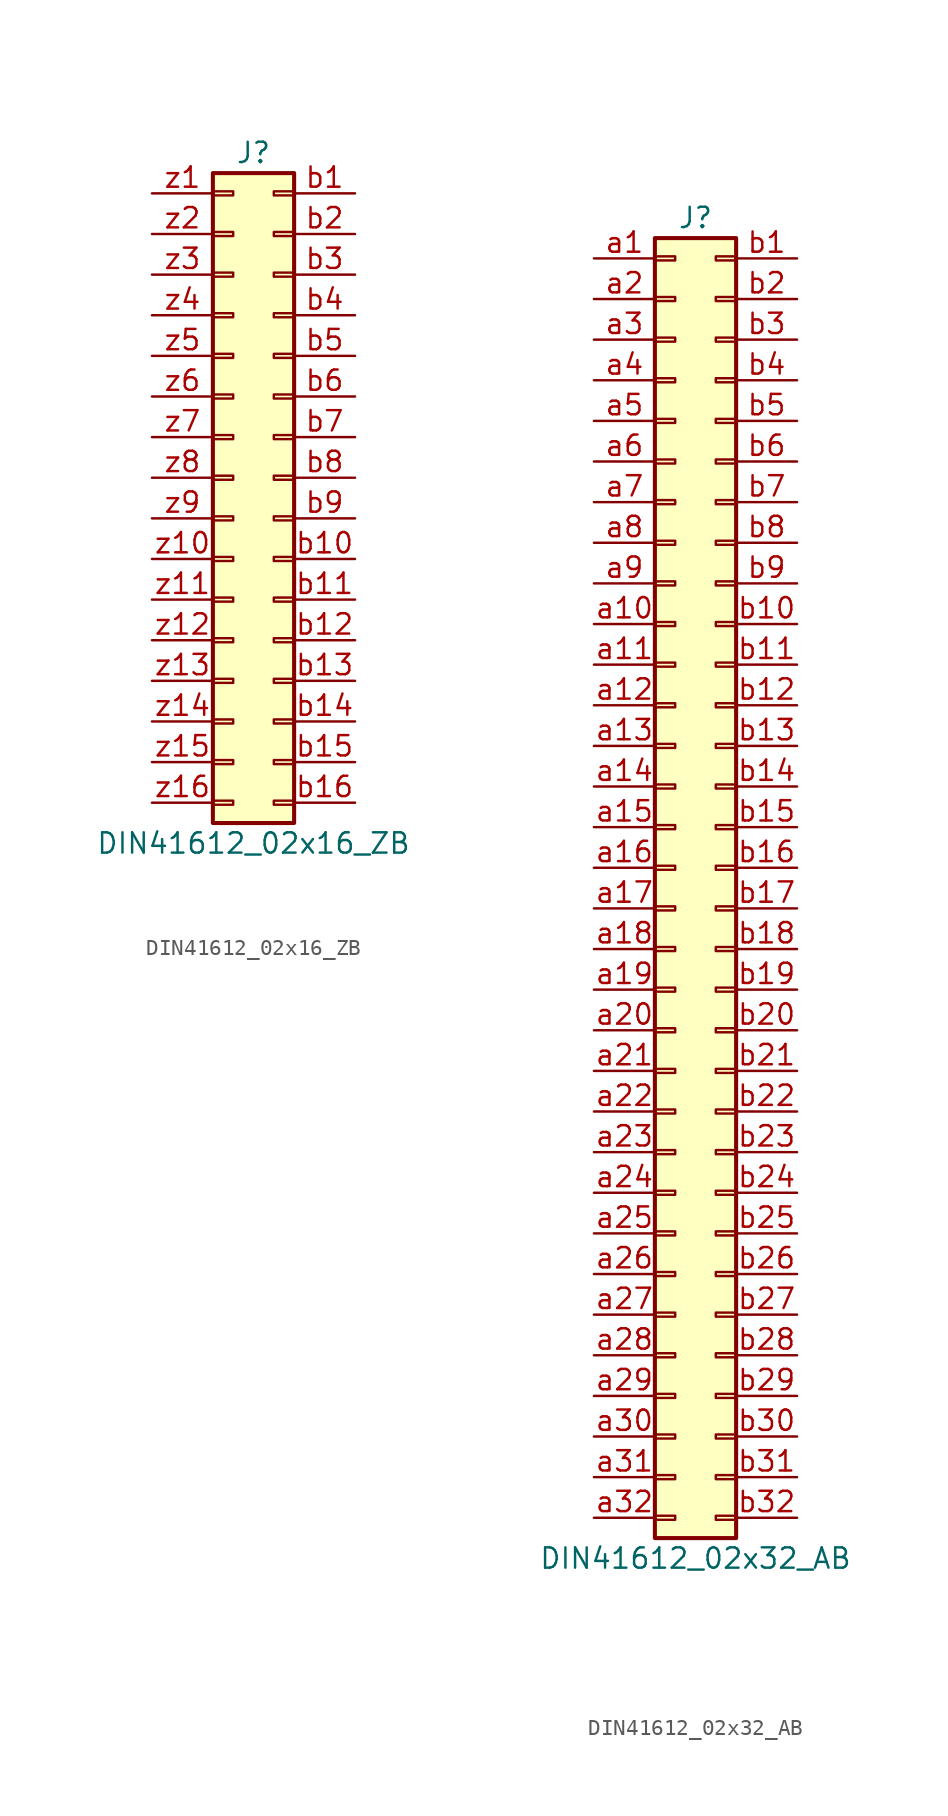
<source format=kicad_sym>
(kicad_symbol_lib
  (version 20201005)
  (generator kicad_symbol_editor)
  (symbol "Connector:DIN41612_02x16_ZB"
    (pin_names
      (offset 1.016) hide)
    (property "Reference" "J"
      (at 1.27 20.32 0)
      (effects (font (size 1.27 1.27))))
    (property "Value" "DIN41612_02x16_ZB"
      (at 1.27 -22.86 0)
      (effects (font (size 1.27 1.27))))
    (symbol "DIN41612_02x16_ZB_1_1"
      (rectangle (start -1.27 -20.193) (end 0 -20.447) (stroke (width 0.152)) (fill (type none)))
      (rectangle (start -1.27 -17.653) (end 0 -17.907) (stroke (width 0.152)) (fill (type none)))
      (rectangle (start -1.27 -15.113) (end 0 -15.367) (stroke (width 0.152)) (fill (type none)))
      (rectangle (start -1.27 -12.573) (end 0 -12.827) (stroke (width 0.152)) (fill (type none)))
      (rectangle (start -1.27 -10.033) (end 0 -10.287) (stroke (width 0.152)) (fill (type none)))
      (rectangle (start -1.27 -7.493) (end 0 -7.747) (stroke (width 0.152)) (fill (type none)))
      (rectangle (start -1.27 -4.953) (end 0 -5.207) (stroke (width 0.152)) (fill (type none)))
      (rectangle (start -1.27 -2.413) (end 0 -2.667) (stroke (width 0.152)) (fill (type none)))
      (rectangle (start -1.27 0.127) (end 0 -0.127) (stroke (width 0.152)) (fill (type none)))
      (rectangle (start -1.27 2.667) (end 0 2.413) (stroke (width 0.152)) (fill (type none)))
      (rectangle (start -1.27 5.207) (end 0 4.953) (stroke (width 0.152)) (fill (type none)))
      (rectangle (start -1.27 7.747) (end 0 7.493) (stroke (width 0.152)) (fill (type none)))
      (rectangle (start -1.27 10.287) (end 0 10.033) (stroke (width 0.152)) (fill (type none)))
      (rectangle (start -1.27 12.827) (end 0 12.573) (stroke (width 0.152)) (fill (type none)))
      (rectangle (start -1.27 15.367) (end 0 15.113) (stroke (width 0.152)) (fill (type none)))
      (rectangle (start -1.27 17.907) (end 0 17.653) (stroke (width 0.152)) (fill (type none)))
      (rectangle (start -1.27 19.05) (end 3.81 -21.59) (stroke (width 0.254)) (fill (type background)))
      (rectangle (start 3.81 -20.193) (end 2.54 -20.447) (stroke (width 0.152)) (fill (type none)))
      (rectangle (start 3.81 -17.653) (end 2.54 -17.907) (stroke (width 0.152)) (fill (type none)))
      (rectangle (start 3.81 -15.113) (end 2.54 -15.367) (stroke (width 0.152)) (fill (type none)))
      (rectangle (start 3.81 -12.573) (end 2.54 -12.827) (stroke (width 0.152)) (fill (type none)))
      (rectangle (start 3.81 -10.033) (end 2.54 -10.287) (stroke (width 0.152)) (fill (type none)))
      (rectangle (start 3.81 -7.493) (end 2.54 -7.747) (stroke (width 0.152)) (fill (type none)))
      (rectangle (start 3.81 -4.953) (end 2.54 -5.207) (stroke (width 0.152)) (fill (type none)))
      (rectangle (start 3.81 -2.413) (end 2.54 -2.667) (stroke (width 0.152)) (fill (type none)))
      (rectangle (start 3.81 0.127) (end 2.54 -0.127) (stroke (width 0.152)) (fill (type none)))
      (rectangle (start 3.81 2.667) (end 2.54 2.413) (stroke (width 0.152)) (fill (type none)))
      (rectangle (start 3.81 5.207) (end 2.54 4.953) (stroke (width 0.152)) (fill (type none)))
      (rectangle (start 3.81 7.747) (end 2.54 7.493) (stroke (width 0.152)) (fill (type none)))
      (rectangle (start 3.81 10.287) (end 2.54 10.033) (stroke (width 0.152)) (fill (type none)))
      (rectangle (start 3.81 12.827) (end 2.54 12.573) (stroke (width 0.152)) (fill (type none)))
      (rectangle (start 3.81 15.367) (end 2.54 15.113) (stroke (width 0.152)) (fill (type none)))
      (rectangle (start 3.81 17.907) (end 2.54 17.653) (stroke (width 0.152)) (fill (type none)))
      (pin passive line (at 7.62 17.78 180) (length 3.81) (name "Pin_b1" (effects (font (size 1.27 1.27)))) (number "b1" (effects (font (size 1.27 1.27)))))
      (pin passive line (at 7.62 -5.08 180) (length 3.81) (name "Pin_b10" (effects (font (size 1.27 1.27)))) (number "b10" (effects (font (size 1.27 1.27)))))
      (pin passive line (at 7.62 -7.62 180) (length 3.81) (name "Pin_b11" (effects (font (size 1.27 1.27)))) (number "b11" (effects (font (size 1.27 1.27)))))
      (pin passive line (at 7.62 -10.16 180) (length 3.81) (name "Pin_b12" (effects (font (size 1.27 1.27)))) (number "b12" (effects (font (size 1.27 1.27)))))
      (pin passive line (at 7.62 -12.7 180) (length 3.81) (name "Pin_b13" (effects (font (size 1.27 1.27)))) (number "b13" (effects (font (size 1.27 1.27)))))
      (pin passive line (at 7.62 -15.24 180) (length 3.81) (name "Pin_b14" (effects (font (size 1.27 1.27)))) (number "b14" (effects (font (size 1.27 1.27)))))
      (pin passive line (at 7.62 -17.78 180) (length 3.81) (name "Pin_b15" (effects (font (size 1.27 1.27)))) (number "b15" (effects (font (size 1.27 1.27)))))
      (pin passive line (at 7.62 -20.32 180) (length 3.81) (name "Pin_b16" (effects (font (size 1.27 1.27)))) (number "b16" (effects (font (size 1.27 1.27)))))
      (pin passive line (at 7.62 15.24 180) (length 3.81) (name "Pin_b2" (effects (font (size 1.27 1.27)))) (number "b2" (effects (font (size 1.27 1.27)))))
      (pin passive line (at 7.62 12.7 180) (length 3.81) (name "Pin_b3" (effects (font (size 1.27 1.27)))) (number "b3" (effects (font (size 1.27 1.27)))))
      (pin passive line (at 7.62 10.16 180) (length 3.81) (name "Pin_b4" (effects (font (size 1.27 1.27)))) (number "b4" (effects (font (size 1.27 1.27)))))
      (pin passive line (at 7.62 7.62 180) (length 3.81) (name "Pin_b5" (effects (font (size 1.27 1.27)))) (number "b5" (effects (font (size 1.27 1.27)))))
      (pin passive line (at 7.62 5.08 180) (length 3.81) (name "Pin_b6" (effects (font (size 1.27 1.27)))) (number "b6" (effects (font (size 1.27 1.27)))))
      (pin passive line (at 7.62 2.54 180) (length 3.81) (name "Pin_b7" (effects (font (size 1.27 1.27)))) (number "b7" (effects (font (size 1.27 1.27)))))
      (pin passive line (at 7.62 0 180) (length 3.81) (name "Pin_b8" (effects (font (size 1.27 1.27)))) (number "b8" (effects (font (size 1.27 1.27)))))
      (pin passive line (at 7.62 -2.54 180) (length 3.81) (name "Pin_b9" (effects (font (size 1.27 1.27)))) (number "b9" (effects (font (size 1.27 1.27)))))
      (pin passive line (at -5.08 17.78 0) (length 3.81) (name "Pin_z1" (effects (font (size 1.27 1.27)))) (number "z1" (effects (font (size 1.27 1.27)))))
      (pin passive line (at -5.08 -5.08 0) (length 3.81) (name "Pin_z10" (effects (font (size 1.27 1.27)))) (number "z10" (effects (font (size 1.27 1.27)))))
      (pin passive line (at -5.08 -7.62 0) (length 3.81) (name "Pin_z11" (effects (font (size 1.27 1.27)))) (number "z11" (effects (font (size 1.27 1.27)))))
      (pin passive line (at -5.08 -10.16 0) (length 3.81) (name "Pin_z12" (effects (font (size 1.27 1.27)))) (number "z12" (effects (font (size 1.27 1.27)))))
      (pin passive line (at -5.08 -12.7 0) (length 3.81) (name "Pin_z13" (effects (font (size 1.27 1.27)))) (number "z13" (effects (font (size 1.27 1.27)))))
      (pin passive line (at -5.08 -15.24 0) (length 3.81) (name "Pin_z14" (effects (font (size 1.27 1.27)))) (number "z14" (effects (font (size 1.27 1.27)))))
      (pin passive line (at -5.08 -17.78 0) (length 3.81) (name "Pin_z15" (effects (font (size 1.27 1.27)))) (number "z15" (effects (font (size 1.27 1.27)))))
      (pin passive line (at -5.08 -20.32 0) (length 3.81) (name "Pin_z16" (effects (font (size 1.27 1.27)))) (number "z16" (effects (font (size 1.27 1.27)))))
      (pin passive line (at -5.08 15.24 0) (length 3.81) (name "Pin_z2" (effects (font (size 1.27 1.27)))) (number "z2" (effects (font (size 1.27 1.27)))))
      (pin passive line (at -5.08 12.7 0) (length 3.81) (name "Pin_z3" (effects (font (size 1.27 1.27)))) (number "z3" (effects (font (size 1.27 1.27)))))
      (pin passive line (at -5.08 10.16 0) (length 3.81) (name "Pin_z4" (effects (font (size 1.27 1.27)))) (number "z4" (effects (font (size 1.27 1.27)))))
      (pin passive line (at -5.08 7.62 0) (length 3.81) (name "Pin_z5" (effects (font (size 1.27 1.27)))) (number "z5" (effects (font (size 1.27 1.27)))))
      (pin passive line (at -5.08 5.08 0) (length 3.81) (name "Pin_z6" (effects (font (size 1.27 1.27)))) (number "z6" (effects (font (size 1.27 1.27)))))
      (pin passive line (at -5.08 2.54 0) (length 3.81) (name "Pin_z7" (effects (font (size 1.27 1.27)))) (number "z7" (effects (font (size 1.27 1.27)))))
      (pin passive line (at -5.08 0 0) (length 3.81) (name "Pin_z8" (effects (font (size 1.27 1.27)))) (number "z8" (effects (font (size 1.27 1.27)))))
      (pin passive line (at -5.08 -2.54 0) (length 3.81) (name "Pin_z9" (effects (font (size 1.27 1.27)))) (number "z9" (effects (font (size 1.27 1.27)))))))
  (symbol "Connector:DIN41612_02x32_AB"
    (pin_names
      (offset 1.016) hide)
    (property "Reference" "J"
      (at 1.27 40.64 0)
      (effects (font (size 1.27 1.27))))
    (property "Value" "DIN41612_02x32_AB"
      (at 1.27 -43.18 0)
      (effects (font (size 1.27 1.27))))
    (symbol "DIN41612_02x32_AB_1_1"
      (rectangle (start -1.27 -40.513) (end 0 -40.767) (stroke (width 0.152)) (fill (type none)))
      (rectangle (start -1.27 -37.973) (end 0 -38.227) (stroke (width 0.152)) (fill (type none)))
      (rectangle (start -1.27 -35.433) (end 0 -35.687) (stroke (width 0.152)) (fill (type none)))
      (rectangle (start -1.27 -32.893) (end 0 -33.147) (stroke (width 0.152)) (fill (type none)))
      (rectangle (start -1.27 -30.353) (end 0 -30.607) (stroke (width 0.152)) (fill (type none)))
      (rectangle (start -1.27 -27.813) (end 0 -28.067) (stroke (width 0.152)) (fill (type none)))
      (rectangle (start -1.27 -25.273) (end 0 -25.527) (stroke (width 0.152)) (fill (type none)))
      (rectangle (start -1.27 -22.733) (end 0 -22.987) (stroke (width 0.152)) (fill (type none)))
      (rectangle (start -1.27 -20.193) (end 0 -20.447) (stroke (width 0.152)) (fill (type none)))
      (rectangle (start -1.27 -17.653) (end 0 -17.907) (stroke (width 0.152)) (fill (type none)))
      (rectangle (start -1.27 -15.113) (end 0 -15.367) (stroke (width 0.152)) (fill (type none)))
      (rectangle (start -1.27 -12.573) (end 0 -12.827) (stroke (width 0.152)) (fill (type none)))
      (rectangle (start -1.27 -10.033) (end 0 -10.287) (stroke (width 0.152)) (fill (type none)))
      (rectangle (start -1.27 -7.493) (end 0 -7.747) (stroke (width 0.152)) (fill (type none)))
      (rectangle (start -1.27 -4.953) (end 0 -5.207) (stroke (width 0.152)) (fill (type none)))
      (rectangle (start -1.27 -2.413) (end 0 -2.667) (stroke (width 0.152)) (fill (type none)))
      (rectangle (start -1.27 0.127) (end 0 -0.127) (stroke (width 0.152)) (fill (type none)))
      (rectangle (start -1.27 2.667) (end 0 2.413) (stroke (width 0.152)) (fill (type none)))
      (rectangle (start -1.27 5.207) (end 0 4.953) (stroke (width 0.152)) (fill (type none)))
      (rectangle (start -1.27 7.747) (end 0 7.493) (stroke (width 0.152)) (fill (type none)))
      (rectangle (start -1.27 10.287) (end 0 10.033) (stroke (width 0.152)) (fill (type none)))
      (rectangle (start -1.27 12.827) (end 0 12.573) (stroke (width 0.152)) (fill (type none)))
      (rectangle (start -1.27 15.367) (end 0 15.113) (stroke (width 0.152)) (fill (type none)))
      (rectangle (start -1.27 17.907) (end 0 17.653) (stroke (width 0.152)) (fill (type none)))
      (rectangle (start -1.27 20.447) (end 0 20.193) (stroke (width 0.152)) (fill (type none)))
      (rectangle (start -1.27 22.987) (end 0 22.733) (stroke (width 0.152)) (fill (type none)))
      (rectangle (start -1.27 25.527) (end 0 25.273) (stroke (width 0.152)) (fill (type none)))
      (rectangle (start -1.27 28.067) (end 0 27.813) (stroke (width 0.152)) (fill (type none)))
      (rectangle (start -1.27 30.607) (end 0 30.353) (stroke (width 0.152)) (fill (type none)))
      (rectangle (start -1.27 33.147) (end 0 32.893) (stroke (width 0.152)) (fill (type none)))
      (rectangle (start -1.27 35.687) (end 0 35.433) (stroke (width 0.152)) (fill (type none)))
      (rectangle (start -1.27 38.227) (end 0 37.973) (stroke (width 0.152)) (fill (type none)))
      (rectangle (start -1.27 39.37) (end 3.81 -41.91) (stroke (width 0.254)) (fill (type background)))
      (rectangle (start 3.81 -40.513) (end 2.54 -40.767) (stroke (width 0.152)) (fill (type none)))
      (rectangle (start 3.81 -37.973) (end 2.54 -38.227) (stroke (width 0.152)) (fill (type none)))
      (rectangle (start 3.81 -35.433) (end 2.54 -35.687) (stroke (width 0.152)) (fill (type none)))
      (rectangle (start 3.81 -32.893) (end 2.54 -33.147) (stroke (width 0.152)) (fill (type none)))
      (rectangle (start 3.81 -30.353) (end 2.54 -30.607) (stroke (width 0.152)) (fill (type none)))
      (rectangle (start 3.81 -27.813) (end 2.54 -28.067) (stroke (width 0.152)) (fill (type none)))
      (rectangle (start 3.81 -25.273) (end 2.54 -25.527) (stroke (width 0.152)) (fill (type none)))
      (rectangle (start 3.81 -22.733) (end 2.54 -22.987) (stroke (width 0.152)) (fill (type none)))
      (rectangle (start 3.81 -20.193) (end 2.54 -20.447) (stroke (width 0.152)) (fill (type none)))
      (rectangle (start 3.81 -17.653) (end 2.54 -17.907) (stroke (width 0.152)) (fill (type none)))
      (rectangle (start 3.81 -15.113) (end 2.54 -15.367) (stroke (width 0.152)) (fill (type none)))
      (rectangle (start 3.81 -12.573) (end 2.54 -12.827) (stroke (width 0.152)) (fill (type none)))
      (rectangle (start 3.81 -10.033) (end 2.54 -10.287) (stroke (width 0.152)) (fill (type none)))
      (rectangle (start 3.81 -7.493) (end 2.54 -7.747) (stroke (width 0.152)) (fill (type none)))
      (rectangle (start 3.81 -4.953) (end 2.54 -5.207) (stroke (width 0.152)) (fill (type none)))
      (rectangle (start 3.81 -2.413) (end 2.54 -2.667) (stroke (width 0.152)) (fill (type none)))
      (rectangle (start 3.81 0.127) (end 2.54 -0.127) (stroke (width 0.152)) (fill (type none)))
      (rectangle (start 3.81 2.667) (end 2.54 2.413) (stroke (width 0.152)) (fill (type none)))
      (rectangle (start 3.81 5.207) (end 2.54 4.953) (stroke (width 0.152)) (fill (type none)))
      (rectangle (start 3.81 7.747) (end 2.54 7.493) (stroke (width 0.152)) (fill (type none)))
      (rectangle (start 3.81 10.287) (end 2.54 10.033) (stroke (width 0.152)) (fill (type none)))
      (rectangle (start 3.81 12.827) (end 2.54 12.573) (stroke (width 0.152)) (fill (type none)))
      (rectangle (start 3.81 15.367) (end 2.54 15.113) (stroke (width 0.152)) (fill (type none)))
      (rectangle (start 3.81 17.907) (end 2.54 17.653) (stroke (width 0.152)) (fill (type none)))
      (rectangle (start 3.81 20.447) (end 2.54 20.193) (stroke (width 0.152)) (fill (type none)))
      (rectangle (start 3.81 22.987) (end 2.54 22.733) (stroke (width 0.152)) (fill (type none)))
      (rectangle (start 3.81 25.527) (end 2.54 25.273) (stroke (width 0.152)) (fill (type none)))
      (rectangle (start 3.81 28.067) (end 2.54 27.813) (stroke (width 0.152)) (fill (type none)))
      (rectangle (start 3.81 30.607) (end 2.54 30.353) (stroke (width 0.152)) (fill (type none)))
      (rectangle (start 3.81 33.147) (end 2.54 32.893) (stroke (width 0.152)) (fill (type none)))
      (rectangle (start 3.81 35.687) (end 2.54 35.433) (stroke (width 0.152)) (fill (type none)))
      (rectangle (start 3.81 38.227) (end 2.54 37.973) (stroke (width 0.152)) (fill (type none)))
      (pin passive line (at -5.08 38.1 0) (length 3.81) (name "Pin_a1" (effects (font (size 1.27 1.27)))) (number "a1" (effects (font (size 1.27 1.27)))))
      (pin passive line (at -5.08 15.24 0) (length 3.81) (name "Pin_a10" (effects (font (size 1.27 1.27)))) (number "a10" (effects (font (size 1.27 1.27)))))
      (pin passive line (at -5.08 12.7 0) (length 3.81) (name "Pin_a11" (effects (font (size 1.27 1.27)))) (number "a11" (effects (font (size 1.27 1.27)))))
      (pin passive line (at -5.08 10.16 0) (length 3.81) (name "Pin_a12" (effects (font (size 1.27 1.27)))) (number "a12" (effects (font (size 1.27 1.27)))))
      (pin passive line (at -5.08 7.62 0) (length 3.81) (name "Pin_a13" (effects (font (size 1.27 1.27)))) (number "a13" (effects (font (size 1.27 1.27)))))
      (pin passive line (at -5.08 5.08 0) (length 3.81) (name "Pin_a14" (effects (font (size 1.27 1.27)))) (number "a14" (effects (font (size 1.27 1.27)))))
      (pin passive line (at -5.08 2.54 0) (length 3.81) (name "Pin_a15" (effects (font (size 1.27 1.27)))) (number "a15" (effects (font (size 1.27 1.27)))))
      (pin passive line (at -5.08 0 0) (length 3.81) (name "Pin_a16" (effects (font (size 1.27 1.27)))) (number "a16" (effects (font (size 1.27 1.27)))))
      (pin passive line (at -5.08 -2.54 0) (length 3.81) (name "Pin_a17" (effects (font (size 1.27 1.27)))) (number "a17" (effects (font (size 1.27 1.27)))))
      (pin passive line (at -5.08 -5.08 0) (length 3.81) (name "Pin_a18" (effects (font (size 1.27 1.27)))) (number "a18" (effects (font (size 1.27 1.27)))))
      (pin passive line (at -5.08 -7.62 0) (length 3.81) (name "Pin_a19" (effects (font (size 1.27 1.27)))) (number "a19" (effects (font (size 1.27 1.27)))))
      (pin passive line (at -5.08 35.56 0) (length 3.81) (name "Pin_a2" (effects (font (size 1.27 1.27)))) (number "a2" (effects (font (size 1.27 1.27)))))
      (pin passive line (at -5.08 -10.16 0) (length 3.81) (name "Pin_a20" (effects (font (size 1.27 1.27)))) (number "a20" (effects (font (size 1.27 1.27)))))
      (pin passive line (at -5.08 -12.7 0) (length 3.81) (name "Pin_a21" (effects (font (size 1.27 1.27)))) (number "a21" (effects (font (size 1.27 1.27)))))
      (pin passive line (at -5.08 -15.24 0) (length 3.81) (name "Pin_a22" (effects (font (size 1.27 1.27)))) (number "a22" (effects (font (size 1.27 1.27)))))
      (pin passive line (at -5.08 -17.78 0) (length 3.81) (name "Pin_a23" (effects (font (size 1.27 1.27)))) (number "a23" (effects (font (size 1.27 1.27)))))
      (pin passive line (at -5.08 -20.32 0) (length 3.81) (name "Pin_a24" (effects (font (size 1.27 1.27)))) (number "a24" (effects (font (size 1.27 1.27)))))
      (pin passive line (at -5.08 -22.86 0) (length 3.81) (name "Pin_a25" (effects (font (size 1.27 1.27)))) (number "a25" (effects (font (size 1.27 1.27)))))
      (pin passive line (at -5.08 -25.4 0) (length 3.81) (name "Pin_a26" (effects (font (size 1.27 1.27)))) (number "a26" (effects (font (size 1.27 1.27)))))
      (pin passive line (at -5.08 -27.94 0) (length 3.81) (name "Pin_a27" (effects (font (size 1.27 1.27)))) (number "a27" (effects (font (size 1.27 1.27)))))
      (pin passive line (at -5.08 -30.48 0) (length 3.81) (name "Pin_a28" (effects (font (size 1.27 1.27)))) (number "a28" (effects (font (size 1.27 1.27)))))
      (pin passive line (at -5.08 -33.02 0) (length 3.81) (name "Pin_a29" (effects (font (size 1.27 1.27)))) (number "a29" (effects (font (size 1.27 1.27)))))
      (pin passive line (at -5.08 33.02 0) (length 3.81) (name "Pin_a3" (effects (font (size 1.27 1.27)))) (number "a3" (effects (font (size 1.27 1.27)))))
      (pin passive line (at -5.08 -35.56 0) (length 3.81) (name "Pin_a30" (effects (font (size 1.27 1.27)))) (number "a30" (effects (font (size 1.27 1.27)))))
      (pin passive line (at -5.08 -38.1 0) (length 3.81) (name "Pin_a31" (effects (font (size 1.27 1.27)))) (number "a31" (effects (font (size 1.27 1.27)))))
      (pin passive line (at -5.08 -40.64 0) (length 3.81) (name "Pin_a32" (effects (font (size 1.27 1.27)))) (number "a32" (effects (font (size 1.27 1.27)))))
      (pin passive line (at -5.08 30.48 0) (length 3.81) (name "Pin_a4" (effects (font (size 1.27 1.27)))) (number "a4" (effects (font (size 1.27 1.27)))))
      (pin passive line (at -5.08 27.94 0) (length 3.81) (name "Pin_a5" (effects (font (size 1.27 1.27)))) (number "a5" (effects (font (size 1.27 1.27)))))
      (pin passive line (at -5.08 25.4 0) (length 3.81) (name "Pin_a6" (effects (font (size 1.27 1.27)))) (number "a6" (effects (font (size 1.27 1.27)))))
      (pin passive line (at -5.08 22.86 0) (length 3.81) (name "Pin_a7" (effects (font (size 1.27 1.27)))) (number "a7" (effects (font (size 1.27 1.27)))))
      (pin passive line (at -5.08 20.32 0) (length 3.81) (name "Pin_a8" (effects (font (size 1.27 1.27)))) (number "a8" (effects (font (size 1.27 1.27)))))
      (pin passive line (at -5.08 17.78 0) (length 3.81) (name "Pin_a9" (effects (font (size 1.27 1.27)))) (number "a9" (effects (font (size 1.27 1.27)))))
      (pin passive line (at 7.62 38.1 180) (length 3.81) (name "Pin_b1" (effects (font (size 1.27 1.27)))) (number "b1" (effects (font (size 1.27 1.27)))))
      (pin passive line (at 7.62 15.24 180) (length 3.81) (name "Pin_b10" (effects (font (size 1.27 1.27)))) (number "b10" (effects (font (size 1.27 1.27)))))
      (pin passive line (at 7.62 12.7 180) (length 3.81) (name "Pin_b11" (effects (font (size 1.27 1.27)))) (number "b11" (effects (font (size 1.27 1.27)))))
      (pin passive line (at 7.62 10.16 180) (length 3.81) (name "Pin_b12" (effects (font (size 1.27 1.27)))) (number "b12" (effects (font (size 1.27 1.27)))))
      (pin passive line (at 7.62 7.62 180) (length 3.81) (name "Pin_b13" (effects (font (size 1.27 1.27)))) (number "b13" (effects (font (size 1.27 1.27)))))
      (pin passive line (at 7.62 5.08 180) (length 3.81) (name "Pin_b14" (effects (font (size 1.27 1.27)))) (number "b14" (effects (font (size 1.27 1.27)))))
      (pin passive line (at 7.62 2.54 180) (length 3.81) (name "Pin_b15" (effects (font (size 1.27 1.27)))) (number "b15" (effects (font (size 1.27 1.27)))))
      (pin passive line (at 7.62 0 180) (length 3.81) (name "Pin_b16" (effects (font (size 1.27 1.27)))) (number "b16" (effects (font (size 1.27 1.27)))))
      (pin passive line (at 7.62 -2.54 180) (length 3.81) (name "Pin_b17" (effects (font (size 1.27 1.27)))) (number "b17" (effects (font (size 1.27 1.27)))))
      (pin passive line (at 7.62 -5.08 180) (length 3.81) (name "Pin_b18" (effects (font (size 1.27 1.27)))) (number "b18" (effects (font (size 1.27 1.27)))))
      (pin passive line (at 7.62 -7.62 180) (length 3.81) (name "Pin_b19" (effects (font (size 1.27 1.27)))) (number "b19" (effects (font (size 1.27 1.27)))))
      (pin passive line (at 7.62 35.56 180) (length 3.81) (name "Pin_b2" (effects (font (size 1.27 1.27)))) (number "b2" (effects (font (size 1.27 1.27)))))
      (pin passive line (at 7.62 -10.16 180) (length 3.81) (name "Pin_b20" (effects (font (size 1.27 1.27)))) (number "b20" (effects (font (size 1.27 1.27)))))
      (pin passive line (at 7.62 -12.7 180) (length 3.81) (name "Pin_b21" (effects (font (size 1.27 1.27)))) (number "b21" (effects (font (size 1.27 1.27)))))
      (pin passive line (at 7.62 -15.24 180) (length 3.81) (name "Pin_b22" (effects (font (size 1.27 1.27)))) (number "b22" (effects (font (size 1.27 1.27)))))
      (pin passive line (at 7.62 -17.78 180) (length 3.81) (name "Pin_b23" (effects (font (size 1.27 1.27)))) (number "b23" (effects (font (size 1.27 1.27)))))
      (pin passive line (at 7.62 -20.32 180) (length 3.81) (name "Pin_b24" (effects (font (size 1.27 1.27)))) (number "b24" (effects (font (size 1.27 1.27)))))
      (pin passive line (at 7.62 -22.86 180) (length 3.81) (name "Pin_b25" (effects (font (size 1.27 1.27)))) (number "b25" (effects (font (size 1.27 1.27)))))
      (pin passive line (at 7.62 -25.4 180) (length 3.81) (name "Pin_b26" (effects (font (size 1.27 1.27)))) (number "b26" (effects (font (size 1.27 1.27)))))
      (pin passive line (at 7.62 -27.94 180) (length 3.81) (name "Pin_b27" (effects (font (size 1.27 1.27)))) (number "b27" (effects (font (size 1.27 1.27)))))
      (pin passive line (at 7.62 -30.48 180) (length 3.81) (name "Pin_b28" (effects (font (size 1.27 1.27)))) (number "b28" (effects (font (size 1.27 1.27)))))
      (pin passive line (at 7.62 -33.02 180) (length 3.81) (name "Pin_b29" (effects (font (size 1.27 1.27)))) (number "b29" (effects (font (size 1.27 1.27)))))
      (pin passive line (at 7.62 33.02 180) (length 3.81) (name "Pin_b3" (effects (font (size 1.27 1.27)))) (number "b3" (effects (font (size 1.27 1.27)))))
      (pin passive line (at 7.62 -35.56 180) (length 3.81) (name "Pin_b30" (effects (font (size 1.27 1.27)))) (number "b30" (effects (font (size 1.27 1.27)))))
      (pin passive line (at 7.62 -38.1 180) (length 3.81) (name "Pin_b31" (effects (font (size 1.27 1.27)))) (number "b31" (effects (font (size 1.27 1.27)))))
      (pin passive line (at 7.62 -40.64 180) (length 3.81) (name "Pin_b32" (effects (font (size 1.27 1.27)))) (number "b32" (effects (font (size 1.27 1.27)))))
      (pin passive line (at 7.62 30.48 180) (length 3.81) (name "Pin_b4" (effects (font (size 1.27 1.27)))) (number "b4" (effects (font (size 1.27 1.27)))))
      (pin passive line (at 7.62 27.94 180) (length 3.81) (name "Pin_b5" (effects (font (size 1.27 1.27)))) (number "b5" (effects (font (size 1.27 1.27)))))
      (pin passive line (at 7.62 25.4 180) (length 3.81) (name "Pin_b6" (effects (font (size 1.27 1.27)))) (number "b6" (effects (font (size 1.27 1.27)))))
      (pin passive line (at 7.62 22.86 180) (length 3.81) (name "Pin_b7" (effects (font (size 1.27 1.27)))) (number "b7" (effects (font (size 1.27 1.27)))))
      (pin passive line (at 7.62 20.32 180) (length 3.81) (name "Pin_b8" (effects (font (size 1.27 1.27)))) (number "b8" (effects (font (size 1.27 1.27)))))
      (pin passive line (at 7.62 17.78 180) (length 3.81) (name "Pin_b9" (effects (font (size 1.27 1.27)))) (number "b9" (effects (font (size 1.27 1.27))))))))
</source>
